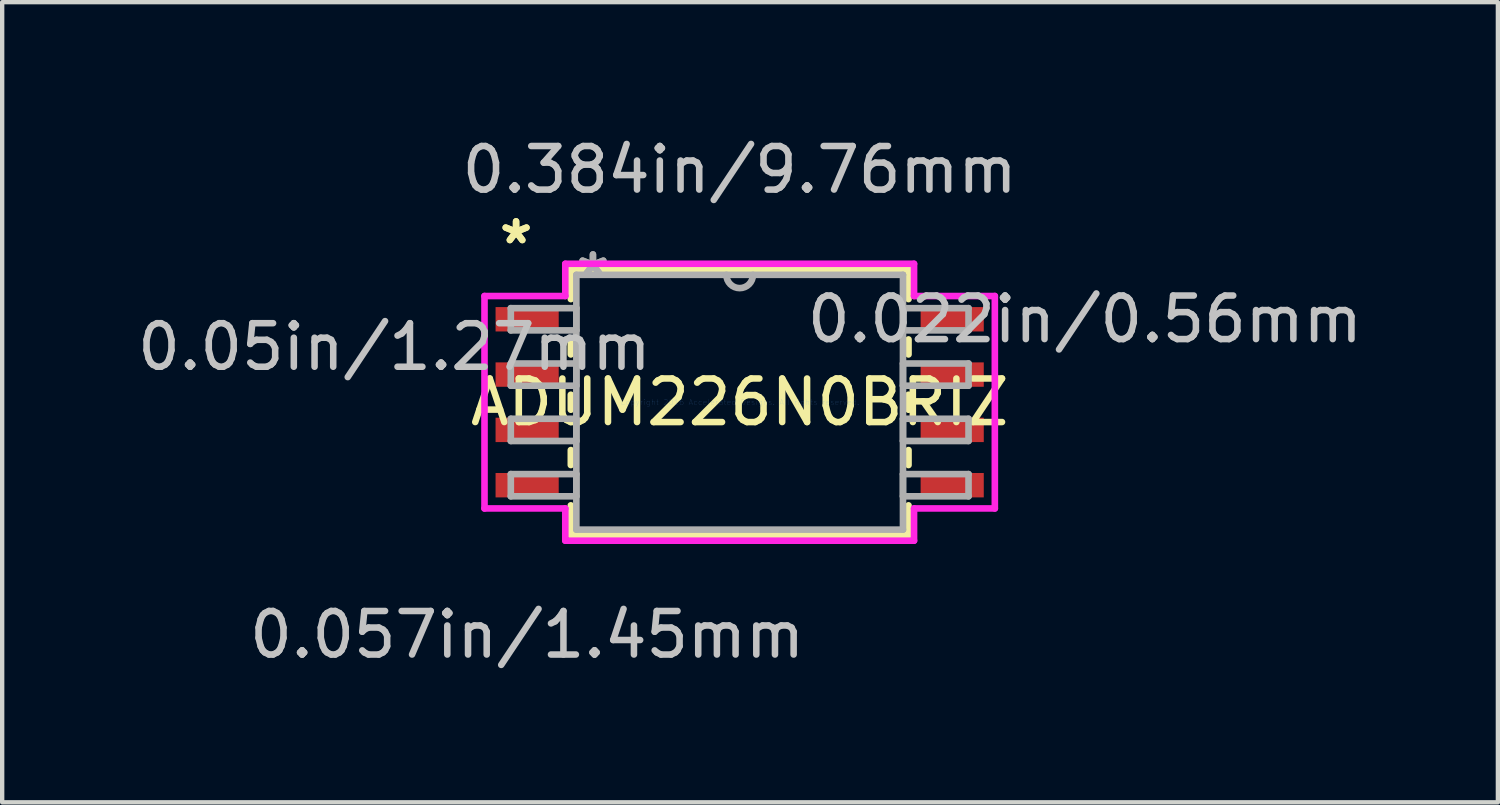
<source format=kicad_pcb>
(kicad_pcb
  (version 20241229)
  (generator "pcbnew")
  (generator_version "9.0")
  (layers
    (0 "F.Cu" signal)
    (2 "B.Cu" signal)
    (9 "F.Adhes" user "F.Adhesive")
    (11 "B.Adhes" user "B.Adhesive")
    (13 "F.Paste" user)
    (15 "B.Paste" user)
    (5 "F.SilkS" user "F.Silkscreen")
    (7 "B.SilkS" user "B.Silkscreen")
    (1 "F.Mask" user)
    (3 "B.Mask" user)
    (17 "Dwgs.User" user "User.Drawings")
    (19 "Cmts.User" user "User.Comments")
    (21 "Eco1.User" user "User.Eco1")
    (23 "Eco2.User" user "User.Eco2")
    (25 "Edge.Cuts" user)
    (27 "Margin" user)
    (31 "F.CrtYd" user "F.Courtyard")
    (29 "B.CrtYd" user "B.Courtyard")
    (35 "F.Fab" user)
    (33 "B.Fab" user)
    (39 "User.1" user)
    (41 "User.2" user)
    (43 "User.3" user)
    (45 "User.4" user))
  (footprint "ADUM226N0BRIZ"
    (layer "F.Cu")
    (at 13.934 6.186)
    (property "Reference" "ADUM226N0BRIZ" (at 0 0 0) (layer "F.SilkS") (effects (font (size 1 1) (thickness 0.15))))
    (attr through_hole)
    (fp_line (start -3.877 -3.052) (end -3.877 -2.368) (stroke (width 0.152) (type solid)) (layer "F.SilkS"))
    (fp_line (start -3.877 -1.442) (end -3.877 -1.098) (stroke (width 0.152) (type solid)) (layer "F.SilkS"))
    (fp_line (start -3.877 -0.172) (end -3.877 0.172) (stroke (width 0.152) (type solid)) (layer "F.SilkS"))
    (fp_line (start -3.877 1.098) (end -3.877 1.442) (stroke (width 0.152) (type solid)) (layer "F.SilkS"))
    (fp_line (start -3.877 2.368) (end -3.877 3.052) (stroke (width 0.152) (type solid)) (layer "F.SilkS"))
    (fp_line (start -3.877 3.052) (end 3.877 3.052) (stroke (width 0.152) (type solid)) (layer "F.SilkS"))
    (fp_line (start 3.877 -3.052) (end -3.877 -3.052) (stroke (width 0.152) (type solid)) (layer "F.SilkS"))
    (fp_line (start 3.877 -2.368) (end 3.877 -3.052) (stroke (width 0.152) (type solid)) (layer "F.SilkS"))
    (fp_line (start 3.877 -1.098) (end 3.877 -1.442) (stroke (width 0.152) (type solid)) (layer "F.SilkS"))
    (fp_line (start 3.877 0.172) (end 3.877 -0.172) (stroke (width 0.152) (type solid)) (layer "F.SilkS"))
    (fp_line (start 3.877 1.442) (end 3.877 1.098) (stroke (width 0.152) (type solid)) (layer "F.SilkS"))
    (fp_line (start 3.877 3.052) (end 3.877 2.368) (stroke (width 0.152) (type solid)) (layer "F.SilkS"))
    (fp_line (start -5.859 -2.439) (end -4.004 -2.439) (stroke (width 0.152) (type solid)) (layer "F.CrtYd"))
    (fp_line (start -5.859 2.439) (end -5.859 -2.439) (stroke (width 0.152) (type solid)) (layer "F.CrtYd"))
    (fp_line (start -4.004 -3.179) (end 4.004 -3.179) (stroke (width 0.152) (type solid)) (layer "F.CrtYd"))
    (fp_line (start -4.004 -2.439) (end -4.004 -3.179) (stroke (width 0.152) (type solid)) (layer "F.CrtYd"))
    (fp_line (start -4.004 2.439) (end -5.859 2.439) (stroke (width 0.152) (type solid)) (layer "F.CrtYd"))
    (fp_line (start -4.004 3.179) (end -4.004 2.439) (stroke (width 0.152) (type solid)) (layer "F.CrtYd"))
    (fp_line (start 4.004 -3.179) (end 4.004 -2.439) (stroke (width 0.152) (type solid)) (layer "F.CrtYd"))
    (fp_line (start 4.004 -2.439) (end 5.859 -2.439) (stroke (width 0.152) (type solid)) (layer "F.CrtYd"))
    (fp_line (start 4.004 2.439) (end 4.004 3.179) (stroke (width 0.152) (type solid)) (layer "F.CrtYd"))
    (fp_line (start 4.004 3.179) (end -4.004 3.179) (stroke (width 0.152) (type solid)) (layer "F.CrtYd"))
    (fp_line (start 5.859 -2.439) (end 5.859 2.439) (stroke (width 0.152) (type solid)) (layer "F.CrtYd"))
    (fp_line (start 5.859 2.439) (end 4.004 2.439) (stroke (width 0.152) (type solid)) (layer "F.CrtYd"))
    (fp_line (start -5.255 -2.16) (end -5.255 -1.65) (stroke (width 0.152) (type solid)) (layer "F.Fab"))
    (fp_line (start -5.255 -1.65) (end -3.75 -1.65) (stroke (width 0.152) (type solid)) (layer "F.Fab"))
    (fp_line (start -5.255 -0.89) (end -5.255 -0.38) (stroke (width 0.152) (type solid)) (layer "F.Fab"))
    (fp_line (start -5.255 -0.38) (end -3.75 -0.38) (stroke (width 0.152) (type solid)) (layer "F.Fab"))
    (fp_line (start -5.255 0.38) (end -5.255 0.89) (stroke (width 0.152) (type solid)) (layer "F.Fab"))
    (fp_line (start -5.255 0.89) (end -3.75 0.89) (stroke (width 0.152) (type solid)) (layer "F.Fab"))
    (fp_line (start -5.255 1.65) (end -5.255 2.16) (stroke (width 0.152) (type solid)) (layer "F.Fab"))
    (fp_line (start -5.255 2.16) (end -3.75 2.16) (stroke (width 0.152) (type solid)) (layer "F.Fab"))
    (fp_line (start -3.75 -2.925) (end -3.75 2.925) (stroke (width 0.152) (type solid)) (layer "F.Fab"))
    (fp_line (start -3.75 -2.16) (end -5.255 -2.16) (stroke (width 0.152) (type solid)) (layer "F.Fab"))
    (fp_line (start -3.75 -1.65) (end -3.75 -2.16) (stroke (width 0.152) (type solid)) (layer "F.Fab"))
    (fp_line (start -3.75 -0.89) (end -5.255 -0.89) (stroke (width 0.152) (type solid)) (layer "F.Fab"))
    (fp_line (start -3.75 -0.38) (end -3.75 -0.89) (stroke (width 0.152) (type solid)) (layer "F.Fab"))
    (fp_line (start -3.75 0.38) (end -5.255 0.38) (stroke (width 0.152) (type solid)) (layer "F.Fab"))
    (fp_line (start -3.75 0.89) (end -3.75 0.38) (stroke (width 0.152) (type solid)) (layer "F.Fab"))
    (fp_line (start -3.75 1.65) (end -5.255 1.65) (stroke (width 0.152) (type solid)) (layer "F.Fab"))
    (fp_line (start -3.75 2.16) (end -3.75 1.65) (stroke (width 0.152) (type solid)) (layer "F.Fab"))
    (fp_line (start -3.75 2.925) (end 3.75 2.925) (stroke (width 0.152) (type solid)) (layer "F.Fab"))
    (fp_line (start 3.75 -2.925) (end -3.75 -2.925) (stroke (width 0.152) (type solid)) (layer "F.Fab"))
    (fp_line (start 3.75 -2.16) (end 3.75 -1.65) (stroke (width 0.152) (type solid)) (layer "F.Fab"))
    (fp_line (start 3.75 -1.65) (end 5.255 -1.65) (stroke (width 0.152) (type solid)) (layer "F.Fab"))
    (fp_line (start 3.75 -0.89) (end 3.75 -0.38) (stroke (width 0.152) (type solid)) (layer "F.Fab"))
    (fp_line (start 3.75 -0.38) (end 5.255 -0.38) (stroke (width 0.152) (type solid)) (layer "F.Fab"))
    (fp_line (start 3.75 0.38) (end 3.75 0.89) (stroke (width 0.152) (type solid)) (layer "F.Fab"))
    (fp_line (start 3.75 0.89) (end 5.255 0.89) (stroke (width 0.152) (type solid)) (layer "F.Fab"))
    (fp_line (start 3.75 1.65) (end 3.75 2.16) (stroke (width 0.152) (type solid)) (layer "F.Fab"))
    (fp_line (start 3.75 2.16) (end 5.255 2.16) (stroke (width 0.152) (type solid)) (layer "F.Fab"))
    (fp_line (start 3.75 2.925) (end 3.75 -2.925) (stroke (width 0.152) (type solid)) (layer "F.Fab"))
    (fp_line (start 5.255 -2.16) (end 3.75 -2.16) (stroke (width 0.152) (type solid)) (layer "F.Fab"))
    (fp_line (start 5.255 -1.65) (end 5.255 -2.16) (stroke (width 0.152) (type solid)) (layer "F.Fab"))
    (fp_line (start 5.255 -0.89) (end 3.75 -0.89) (stroke (width 0.152) (type solid)) (layer "F.Fab"))
    (fp_line (start 5.255 -0.38) (end 5.255 -0.89) (stroke (width 0.152) (type solid)) (layer "F.Fab"))
    (fp_line (start 5.255 0.38) (end 3.75 0.38) (stroke (width 0.152) (type solid)) (layer "F.Fab"))
    (fp_line (start 5.255 0.89) (end 5.255 0.38) (stroke (width 0.152) (type solid)) (layer "F.Fab"))
    (fp_line (start 5.255 1.65) (end 3.75 1.65) (stroke (width 0.152) (type solid)) (layer "F.Fab"))
    (fp_line (start 5.255 2.16) (end 5.255 1.65) (stroke (width 0.152) (type solid)) (layer "F.Fab"))
    (fp_arc (start 0.3048 -2.925001) (mid 0 -2.620201) (end -0.3048 -2.925001) (stroke (width 0.1524) (type solid)) (layer "F.Fab"))
    (fp_text user "*" (at -5.134 -3.608 0) (layer "F.SilkS") (effects (font (size 1 1) (thickness 0.15))))
    (fp_text user "*" (at -5.134 -3.608 0) (layer "F.SilkS") (effects (font (size 1 1) (thickness 0.15))))
    (fp_text user "0.057in/1.45mm" (at -4.88 5.338 0) (layer "Dwgs.User") (effects (font (size 1 1) (thickness 0.15))))
    (fp_text user "0.05in/1.27mm" (at -7.928 -1.27 0) (layer "Dwgs.User") (effects (font (size 1 1) (thickness 0.15))))
    (fp_text user "0.384in/9.76mm" (at 0 -5.338 0) (layer "Dwgs.User") (effects (font (size 1 1) (thickness 0.15))))
    (fp_text user "0.022in/0.56mm" (at 7.928 -1.905 0) (layer "Dwgs.User") (effects (font (size 1 1) (thickness 0.15))))
    (fp_text user "Copyright 2016 Accelerated Designs. All rights reserved." (at 0 0 0) (layer "Cmts.User") (effects (font (size 0.127 0.127) (thickness 0.002))))
    (fp_text user "*" (at -3.369 -2.849 0) (layer "F.Fab") (effects (font (size 1 1) (thickness 0.15))))
    (fp_text user "*" (at -3.369 -2.849 0) (layer "F.Fab") (effects (font (size 1 1) (thickness 0.15))))
    (pad "1" smd rect (at -4.88 -1.905) (size 1.45 0.56) (layers "F.Cu" "F.Mask" "F.Paste"))
    (pad "2" smd rect (at -4.88 -0.635) (size 1.45 0.56) (layers "F.Cu" "F.Mask" "F.Paste"))
    (pad "3" smd rect (at -4.88 0.635) (size 1.45 0.56) (layers "F.Cu" "F.Mask" "F.Paste"))
    (pad "4" smd rect (at -4.88 1.905) (size 1.45 0.56) (layers "F.Cu" "F.Mask" "F.Paste"))
    (pad "5" smd rect (at 4.88 1.905) (size 1.45 0.56) (layers "F.Cu" "F.Mask" "F.Paste"))
    (pad "6" smd rect (at 4.88 0.635) (size 1.45 0.56) (layers "F.Cu" "F.Mask" "F.Paste"))
    (pad "7" smd rect (at 4.88 -0.635) (size 1.45 0.56) (layers "F.Cu" "F.Mask" "F.Paste"))
    (pad "8" smd rect (at 4.88 -1.905) (size 1.45 0.56) (layers "F.Cu" "F.Mask" "F.Paste")))
  (gr_rect
    (start -3 -3)
    (end 31.344 15.373)
    (stroke (width 0.1) (type default))
    (fill no)
    (layer "Edge.Cuts")))
</source>
